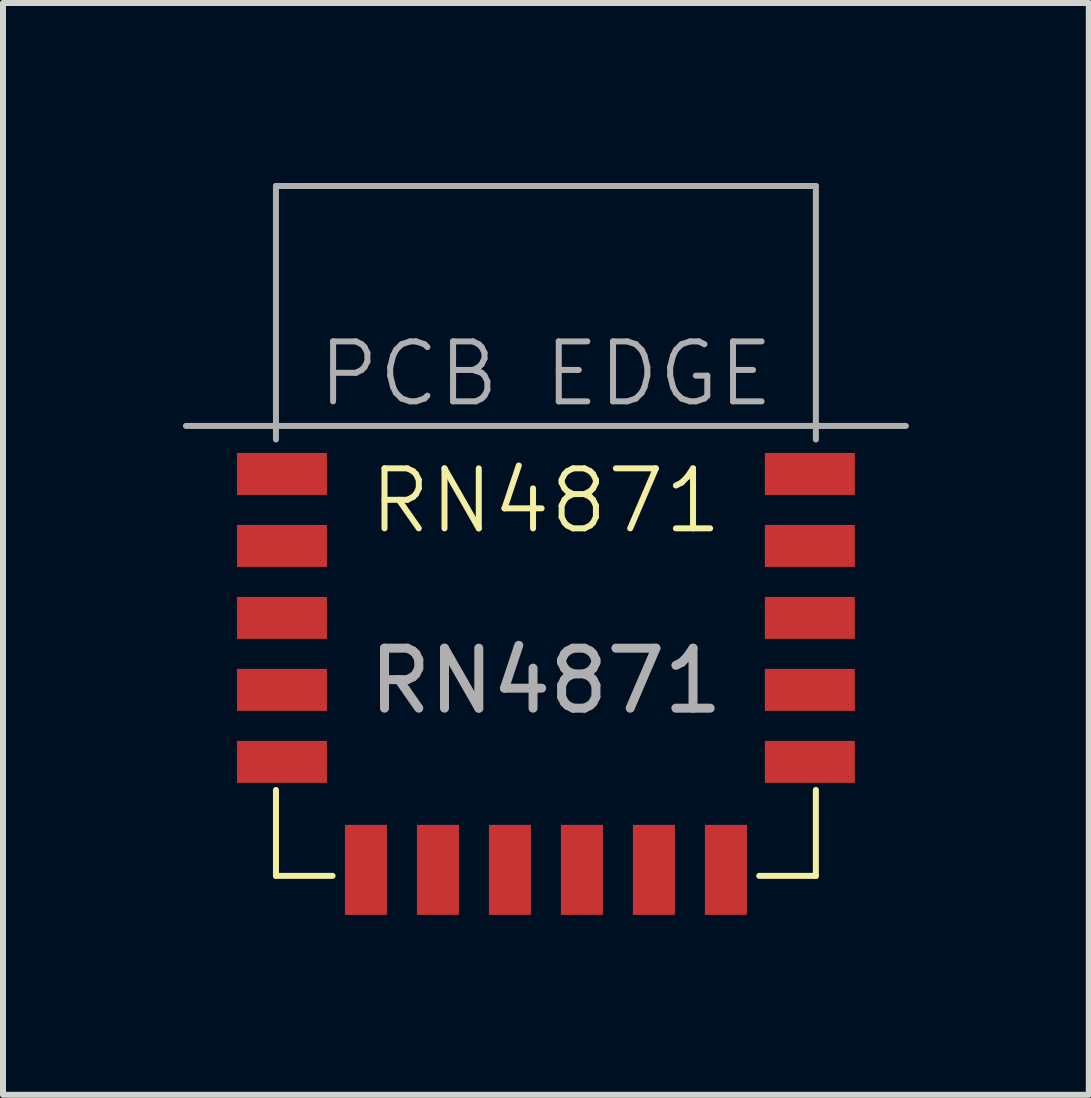
<source format=kicad_pcb>
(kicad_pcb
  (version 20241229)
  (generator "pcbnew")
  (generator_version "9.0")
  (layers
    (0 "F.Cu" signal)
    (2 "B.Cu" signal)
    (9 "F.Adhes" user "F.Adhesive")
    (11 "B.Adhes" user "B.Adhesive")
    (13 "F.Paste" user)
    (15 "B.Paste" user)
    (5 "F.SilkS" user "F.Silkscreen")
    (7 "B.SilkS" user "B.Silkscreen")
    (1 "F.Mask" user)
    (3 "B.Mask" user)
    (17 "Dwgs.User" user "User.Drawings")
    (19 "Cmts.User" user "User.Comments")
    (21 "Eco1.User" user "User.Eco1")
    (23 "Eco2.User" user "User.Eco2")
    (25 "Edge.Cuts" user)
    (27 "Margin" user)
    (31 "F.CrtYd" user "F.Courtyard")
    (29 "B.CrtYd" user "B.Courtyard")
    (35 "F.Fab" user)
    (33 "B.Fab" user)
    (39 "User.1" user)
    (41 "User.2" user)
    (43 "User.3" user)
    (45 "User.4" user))
  (footprint "RN4871"
    (layer "F.Cu")
    (at 6.05 5.8)
    (property "Reference" "RN4871" (at 0 -0.5 0) (unlocked yes) (layer "F.SilkS") (effects (font (size 1 1) (thickness 0.1))))
    (attr smd)
    (fp_line (start -4.5 4.318) (end -4.5 5.75) (stroke (width 0.1) (type default)) (layer "F.SilkS"))
    (fp_line (start -3.556 5.75) (end -4.5 5.75) (stroke (width 0.1) (type default)) (layer "F.SilkS"))
    (fp_line (start 4.5 4.318) (end 4.5 5.75) (stroke (width 0.1) (type default)) (layer "F.SilkS"))
    (fp_line (start 4.5 5.75) (end 3.556 5.75) (stroke (width 0.1) (type default)) (layer "F.SilkS"))
    (fp_line (start -6 -1.75) (end 6 -1.75) (stroke (width 0.1) (type default)) (layer "F.Fab"))
    (fp_line (start -4.5 -5.75) (end 4.5 -5.75) (stroke (width 0.1) (type default)) (layer "F.Fab"))
    (fp_line (start -4.5 -1.524) (end -4.5 -5.75) (stroke (width 0.1) (type default)) (layer "F.Fab"))
    (fp_line (start 4.5 -5.75) (end 4.5 -1.524) (stroke (width 0.1) (type default)) (layer "F.Fab"))
    (fp_text user "PCB EDGE" (at 0 -2.032 0) (unlocked yes) (layer "F.Fab") (effects (font (size 1 1) (thickness 0.1)) (justify bottom)))
    (fp_text user "${REFERENCE}" (at 0 2.5 0) (unlocked yes) (layer "F.Fab") (effects (font (size 1 1) (thickness 0.15))))
    (pad "1" smd rect (at -4.4 -0.95) (size 1.5 0.7) (layers "F.Cu" "F.Mask" "F.Paste"))
    (pad "2" smd rect (at -4.4 0.25) (size 1.5 0.7) (layers "F.Cu" "F.Mask" "F.Paste"))
    (pad "3" smd rect (at -4.4 1.45) (size 1.5 0.7) (layers "F.Cu" "F.Mask" "F.Paste"))
    (pad "4" smd rect (at -4.4 2.65) (size 1.5 0.7) (layers "F.Cu" "F.Mask" "F.Paste"))
    (pad "5" smd rect (at -4.4 3.85) (size 1.5 0.7) (layers "F.Cu" "F.Mask" "F.Paste"))
    (pad "6" smd rect (at -3 5.65 90) (size 1.5 0.7) (layers "F.Cu" "F.Mask" "F.Paste"))
    (pad "7" smd rect (at -1.8 5.65 90) (size 1.5 0.7) (layers "F.Cu" "F.Mask" "F.Paste"))
    (pad "8" smd rect (at -0.6 5.65 90) (size 1.5 0.7) (layers "F.Cu" "F.Mask" "F.Paste"))
    (pad "9" smd rect (at 0.6 5.65 90) (size 1.5 0.7) (layers "F.Cu" "F.Mask" "F.Paste"))
    (pad "10" smd rect (at 1.8 5.65 90) (size 1.5 0.7) (layers "F.Cu" "F.Mask" "F.Paste"))
    (pad "11" smd rect (at 3 5.65 90) (size 1.5 0.7) (layers "F.Cu" "F.Mask" "F.Paste"))
    (pad "12" smd rect (at 4.4 3.85) (size 1.5 0.7) (layers "F.Cu" "F.Mask" "F.Paste"))
    (pad "13" smd rect (at 4.4 2.65) (size 1.5 0.7) (layers "F.Cu" "F.Mask" "F.Paste"))
    (pad "14" smd rect (at 4.4 1.45) (size 1.5 0.7) (layers "F.Cu" "F.Mask" "F.Paste"))
    (pad "15" smd rect (at 4.4 0.25) (size 1.5 0.7) (layers "F.Cu" "F.Mask" "F.Paste"))
    (pad "16" smd rect (at 4.4 -0.95) (size 1.5 0.7) (layers "F.Cu" "F.Mask" "F.Paste")))
  (gr_rect
    (start -3 -3)
    (end 15.1 15.2)
    (stroke (width 0.1) (type default))
    (fill no)
    (layer "Edge.Cuts")))
</source>
